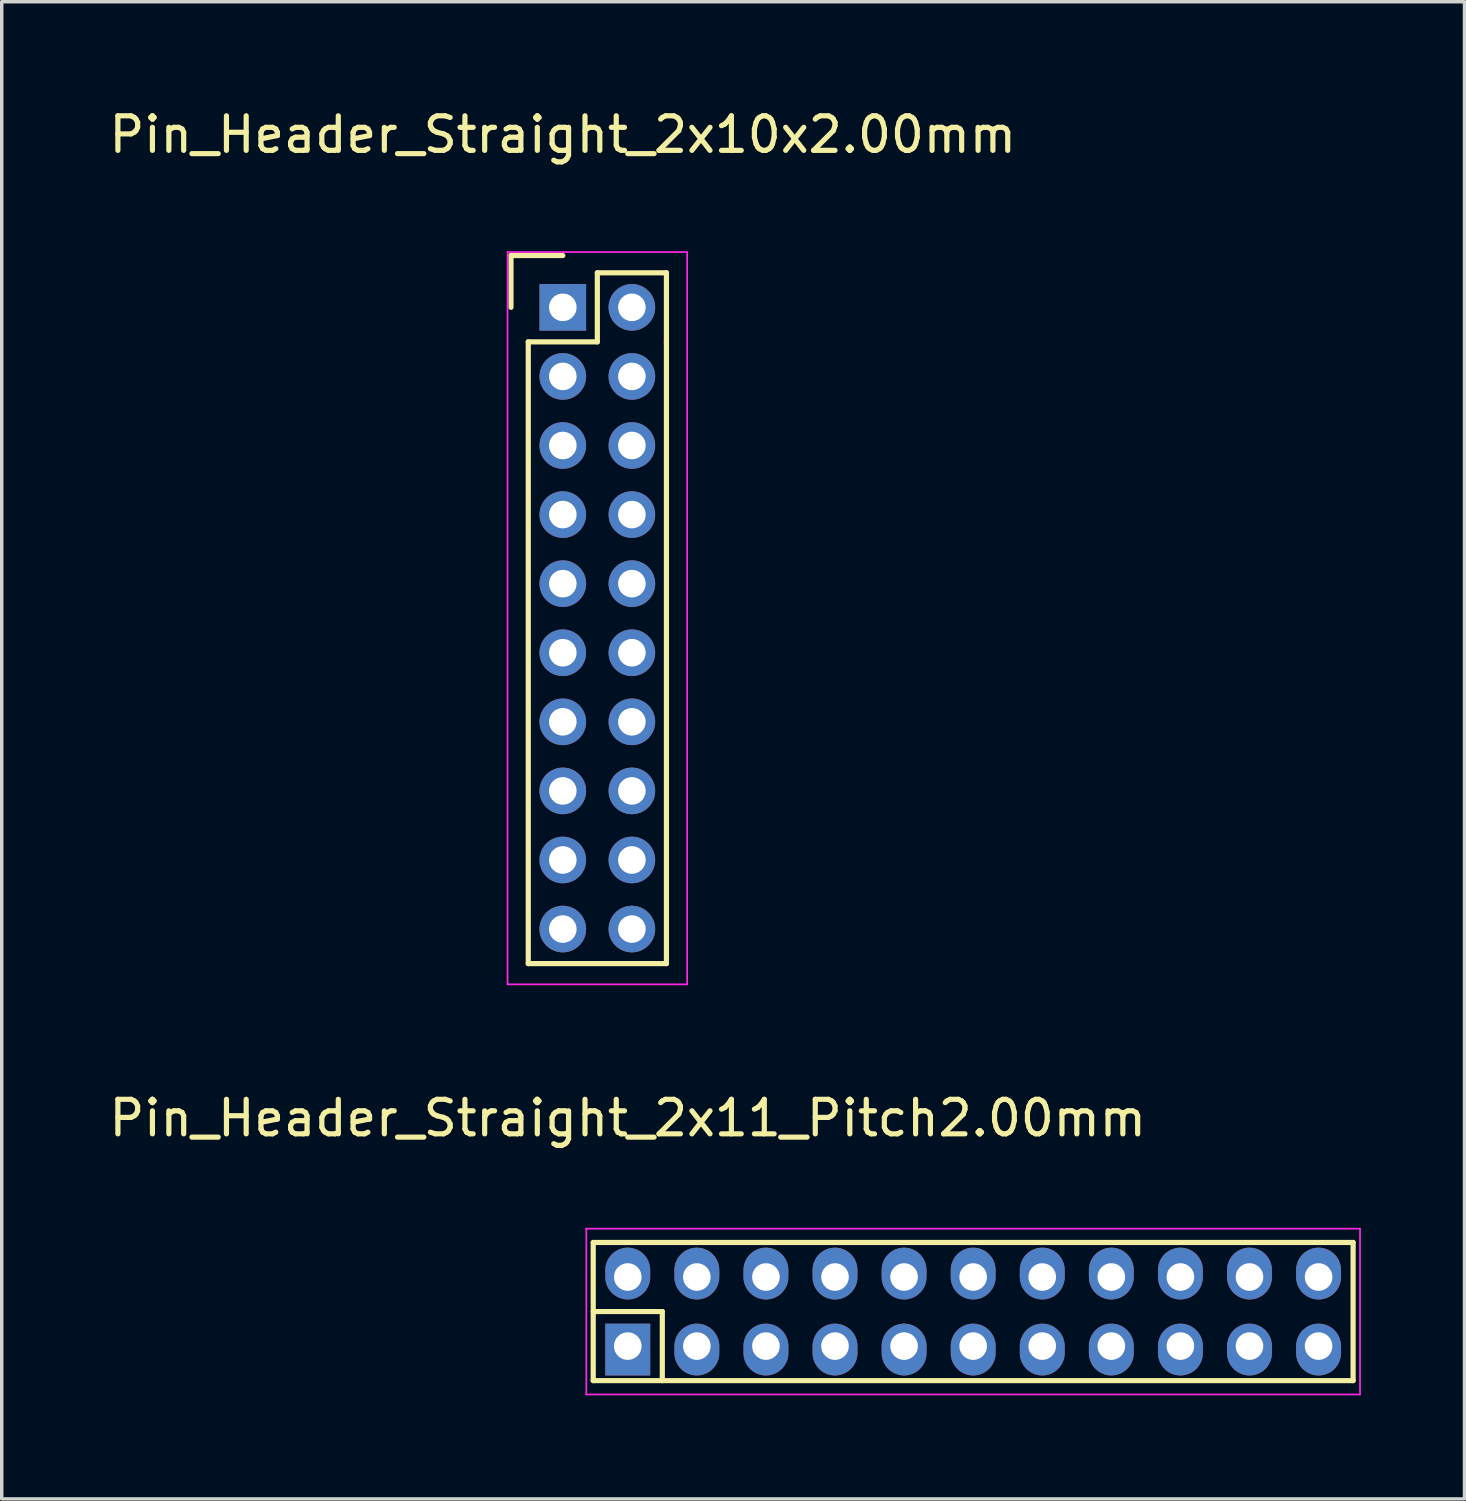
<source format=kicad_pcb>
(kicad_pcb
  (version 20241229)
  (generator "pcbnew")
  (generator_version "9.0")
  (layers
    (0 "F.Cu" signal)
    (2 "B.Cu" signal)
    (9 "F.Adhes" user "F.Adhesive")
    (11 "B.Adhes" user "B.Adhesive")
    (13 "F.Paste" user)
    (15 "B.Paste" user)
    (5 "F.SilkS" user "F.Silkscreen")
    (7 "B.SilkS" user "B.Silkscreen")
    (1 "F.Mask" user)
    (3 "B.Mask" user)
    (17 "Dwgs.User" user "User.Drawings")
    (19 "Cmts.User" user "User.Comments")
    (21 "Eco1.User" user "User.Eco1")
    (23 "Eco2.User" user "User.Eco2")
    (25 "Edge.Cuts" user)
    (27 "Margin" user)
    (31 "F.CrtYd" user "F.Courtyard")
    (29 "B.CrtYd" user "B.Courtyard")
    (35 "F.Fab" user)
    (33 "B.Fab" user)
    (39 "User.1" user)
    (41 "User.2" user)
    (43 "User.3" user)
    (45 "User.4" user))
  (footprint "Pin_Header_Straight_2x11_Pitch2.00mm"
    (layer "F.Cu")
    (at 15.125 35.922)
    (property "Reference" "Pin_Header_Straight_2x11_Pitch2.00mm" (at 0 -6.6 0) (layer "F.SilkS") (effects (font (size 1 1) (thickness 0.15))))
    (attr through_hole)
    (fp_line (start -1 -3) (end 21 -3) (stroke (width 0.15) (type solid)) (layer "F.SilkS"))
    (fp_line (start -1 -1) (end 1 -1) (stroke (width 0.15) (type solid)) (layer "F.SilkS"))
    (fp_line (start -1 1) (end -1 -3) (stroke (width 0.15) (type solid)) (layer "F.SilkS"))
    (fp_line (start 1 -1) (end 1 1) (stroke (width 0.15) (type solid)) (layer "F.SilkS"))
    (fp_line (start 21 -3) (end 21 1) (stroke (width 0.15) (type solid)) (layer "F.SilkS"))
    (fp_line (start 21 1) (end -1 1) (stroke (width 0.15) (type solid)) (layer "F.SilkS"))
    (fp_line (start -1.2 -3.4) (end -1.2 1.4) (stroke (width 0.05) (type solid)) (layer "F.CrtYd"))
    (fp_line (start -1.2 1.4) (end 21.2 1.4) (stroke (width 0.05) (type solid)) (layer "F.CrtYd"))
    (fp_line (start 21.2 -3.4) (end -1.2 -3.4) (stroke (width 0.05) (type solid)) (layer "F.CrtYd"))
    (fp_line (start 21.2 1.4) (end 21.2 -3.4) (stroke (width 0.05) (type solid)) (layer "F.CrtYd"))
    (pad "1" thru_hole rect (at 0 0) (size 1.3 1.5) (drill 0.8 (offset 0 0.1)) (layers "*.Cu" "*.Mask"))
    (pad "2" thru_hole oval (at 0 -2) (size 1.3 1.5) (drill 0.8 (offset 0 -0.1)) (layers "*.Cu" "*.Mask"))
    (pad "3" thru_hole oval (at 2 0) (size 1.3 1.5) (drill 0.8 (offset 0 0.1)) (layers "*.Cu" "*.Mask"))
    (pad "4" thru_hole oval (at 2 -2) (size 1.3 1.5) (drill 0.8 (offset 0 -0.1)) (layers "*.Cu" "*.Mask"))
    (pad "5" thru_hole oval (at 4 0) (size 1.3 1.5) (drill 0.8 (offset 0 0.1)) (layers "*.Cu" "*.Mask"))
    (pad "6" thru_hole oval (at 4 -2) (size 1.3 1.5) (drill 0.8 (offset 0 -0.1)) (layers "*.Cu" "*.Mask"))
    (pad "7" thru_hole oval (at 6 0) (size 1.3 1.5) (drill 0.8 (offset 0 0.1)) (layers "*.Cu" "*.Mask"))
    (pad "8" thru_hole oval (at 6 -2) (size 1.3 1.5) (drill 0.8 (offset 0 -0.1)) (layers "*.Cu" "*.Mask"))
    (pad "9" thru_hole oval (at 8 0) (size 1.3 1.5) (drill 0.8 (offset 0 0.1)) (layers "*.Cu" "*.Mask"))
    (pad "10" thru_hole oval (at 8 -2) (size 1.3 1.5) (drill 0.8 (offset 0 -0.1)) (layers "*.Cu" "*.Mask"))
    (pad "11" thru_hole oval (at 10 0) (size 1.3 1.5) (drill 0.8 (offset 0 0.1)) (layers "*.Cu" "*.Mask"))
    (pad "12" thru_hole oval (at 10 -2) (size 1.3 1.5) (drill 0.8 (offset 0 -0.1)) (layers "*.Cu" "*.Mask"))
    (pad "13" thru_hole oval (at 12 0) (size 1.3 1.5) (drill 0.8 (offset 0 0.1)) (layers "*.Cu" "*.Mask"))
    (pad "14" thru_hole oval (at 12 -2) (size 1.3 1.5) (drill 0.8 (offset 0 -0.1)) (layers "*.Cu" "*.Mask"))
    (pad "15" thru_hole oval (at 14 0) (size 1.3 1.5) (drill 0.8 (offset 0 0.1)) (layers "*.Cu" "*.Mask"))
    (pad "16" thru_hole oval (at 14 -2) (size 1.3 1.5) (drill 0.8 (offset 0 -0.1)) (layers "*.Cu" "*.Mask"))
    (pad "17" thru_hole oval (at 16 0) (size 1.3 1.5) (drill 0.8 (offset 0 0.1)) (layers "*.Cu" "*.Mask"))
    (pad "18" thru_hole oval (at 16 -2) (size 1.3 1.5) (drill 0.8 (offset 0 -0.1)) (layers "*.Cu" "*.Mask"))
    (pad "19" thru_hole oval (at 18 0) (size 1.3 1.5) (drill 0.8 (offset 0 0.1)) (layers "*.Cu" "*.Mask"))
    (pad "20" thru_hole oval (at 18 -2) (size 1.3 1.5) (drill 0.8 (offset 0 -0.1)) (layers "*.Cu" "*.Mask"))
    (pad "21" thru_hole oval (at 20 0) (size 1.3 1.5) (drill 0.8 (offset 0 0.1)) (layers "*.Cu" "*.Mask"))
    (pad "22" thru_hole oval (at 20 -2) (size 1.3 1.5) (drill 0.8 (offset 0 -0.1)) (layers "*.Cu" "*.Mask")))
  (footprint "Pin_Header_Straight_2x10x2.00mm"
    (layer "F.Cu")
    (at 13.244 5.848)
    (property "Reference" "Pin_Header_Straight_2x10x2.00mm" (at 0 -5 0) (layer "F.SilkS") (effects (font (size 1 1) (thickness 0.15))))
    (attr through_hole)
    (fp_line (start -1.5 -1.5) (end 0 -1.5) (stroke (width 0.15) (type solid)) (layer "F.SilkS"))
    (fp_line (start -1.5 0) (end -1.5 -1.5) (stroke (width 0.15) (type solid)) (layer "F.SilkS"))
    (fp_line (start -1 1) (end 1 1) (stroke (width 0.15) (type solid)) (layer "F.SilkS"))
    (fp_line (start -1 19) (end -1 1) (stroke (width 0.15) (type solid)) (layer "F.SilkS"))
    (fp_line (start 1 -1) (end 3 -1) (stroke (width 0.15) (type solid)) (layer "F.SilkS"))
    (fp_line (start 1 1) (end 1 -1) (stroke (width 0.15) (type solid)) (layer "F.SilkS"))
    (fp_line (start 3 -1) (end 3 1) (stroke (width 0.15) (type solid)) (layer "F.SilkS"))
    (fp_line (start 3 1) (end 3 19) (stroke (width 0.15) (type solid)) (layer "F.SilkS"))
    (fp_line (start 3 19) (end -1 19) (stroke (width 0.15) (type solid)) (layer "F.SilkS"))
    (fp_line (start -1.6 -1.6) (end 3.6 -1.6) (stroke (width 0.05) (type solid)) (layer "F.CrtYd"))
    (fp_line (start -1.6 19.6) (end -1.6 -1.6) (stroke (width 0.05) (type solid)) (layer "F.CrtYd"))
    (fp_line (start 3.6 -1.6) (end 3.6 19.6) (stroke (width 0.05) (type solid)) (layer "F.CrtYd"))
    (fp_line (start 3.6 19.6) (end -1.6 19.6) (stroke (width 0.05) (type solid)) (layer "F.CrtYd"))
    (pad "1" thru_hole rect (at 0 0) (size 1.35 1.35) (drill 0.8) (layers "*.Cu" "*.Mask"))
    (pad "2" thru_hole circle (at 2 0) (size 1.35 1.35) (drill 0.8) (layers "*.Cu" "*.Mask"))
    (pad "3" thru_hole circle (at 0 2) (size 1.35 1.35) (drill 0.8) (layers "*.Cu" "*.Mask"))
    (pad "4" thru_hole circle (at 2 2) (size 1.35 1.35) (drill 0.8) (layers "*.Cu" "*.Mask"))
    (pad "5" thru_hole circle (at 0 4) (size 1.35 1.35) (drill 0.8) (layers "*.Cu" "*.Mask"))
    (pad "6" thru_hole circle (at 2 4) (size 1.35 1.35) (drill 0.8) (layers "*.Cu" "*.Mask"))
    (pad "7" thru_hole circle (at 0 6) (size 1.35 1.35) (drill 0.8) (layers "*.Cu" "*.Mask"))
    (pad "8" thru_hole circle (at 2 6) (size 1.35 1.35) (drill 0.8) (layers "*.Cu" "*.Mask"))
    (pad "9" thru_hole circle (at 0 8) (size 1.35 1.35) (drill 0.8) (layers "*.Cu" "*.Mask"))
    (pad "10" thru_hole circle (at 2 8) (size 1.35 1.35) (drill 0.8) (layers "*.Cu" "*.Mask"))
    (pad "11" thru_hole circle (at 0 10) (size 1.35 1.35) (drill 0.8) (layers "*.Cu" "*.Mask"))
    (pad "12" thru_hole circle (at 2 10) (size 1.35 1.35) (drill 0.8) (layers "*.Cu" "*.Mask"))
    (pad "13" thru_hole circle (at 0 12) (size 1.35 1.35) (drill 0.8) (layers "*.Cu" "*.Mask"))
    (pad "14" thru_hole circle (at 2 12) (size 1.35 1.35) (drill 0.8) (layers "*.Cu" "*.Mask"))
    (pad "15" thru_hole circle (at 0 14) (size 1.35 1.35) (drill 0.8) (layers "*.Cu" "*.Mask"))
    (pad "16" thru_hole circle (at 2 14) (size 1.35 1.35) (drill 0.8) (layers "*.Cu" "*.Mask"))
    (pad "17" thru_hole circle (at 0 16) (size 1.35 1.35) (drill 0.8) (layers "*.Cu" "*.Mask"))
    (pad "18" thru_hole circle (at 2 16) (size 1.35 1.35) (drill 0.8) (layers "*.Cu" "*.Mask"))
    (pad "19" thru_hole circle (at 0 18) (size 1.35 1.35) (drill 0.8) (layers "*.Cu" "*.Mask"))
    (pad "20" thru_hole circle (at 2 18) (size 1.35 1.35) (drill 0.8) (layers "*.Cu" "*.Mask")))
  (gr_rect
    (start -3 -3)
    (end 39.35 40.346)
    (stroke (width 0.1) (type default))
    (fill no)
    (layer "Edge.Cuts")))
</source>
